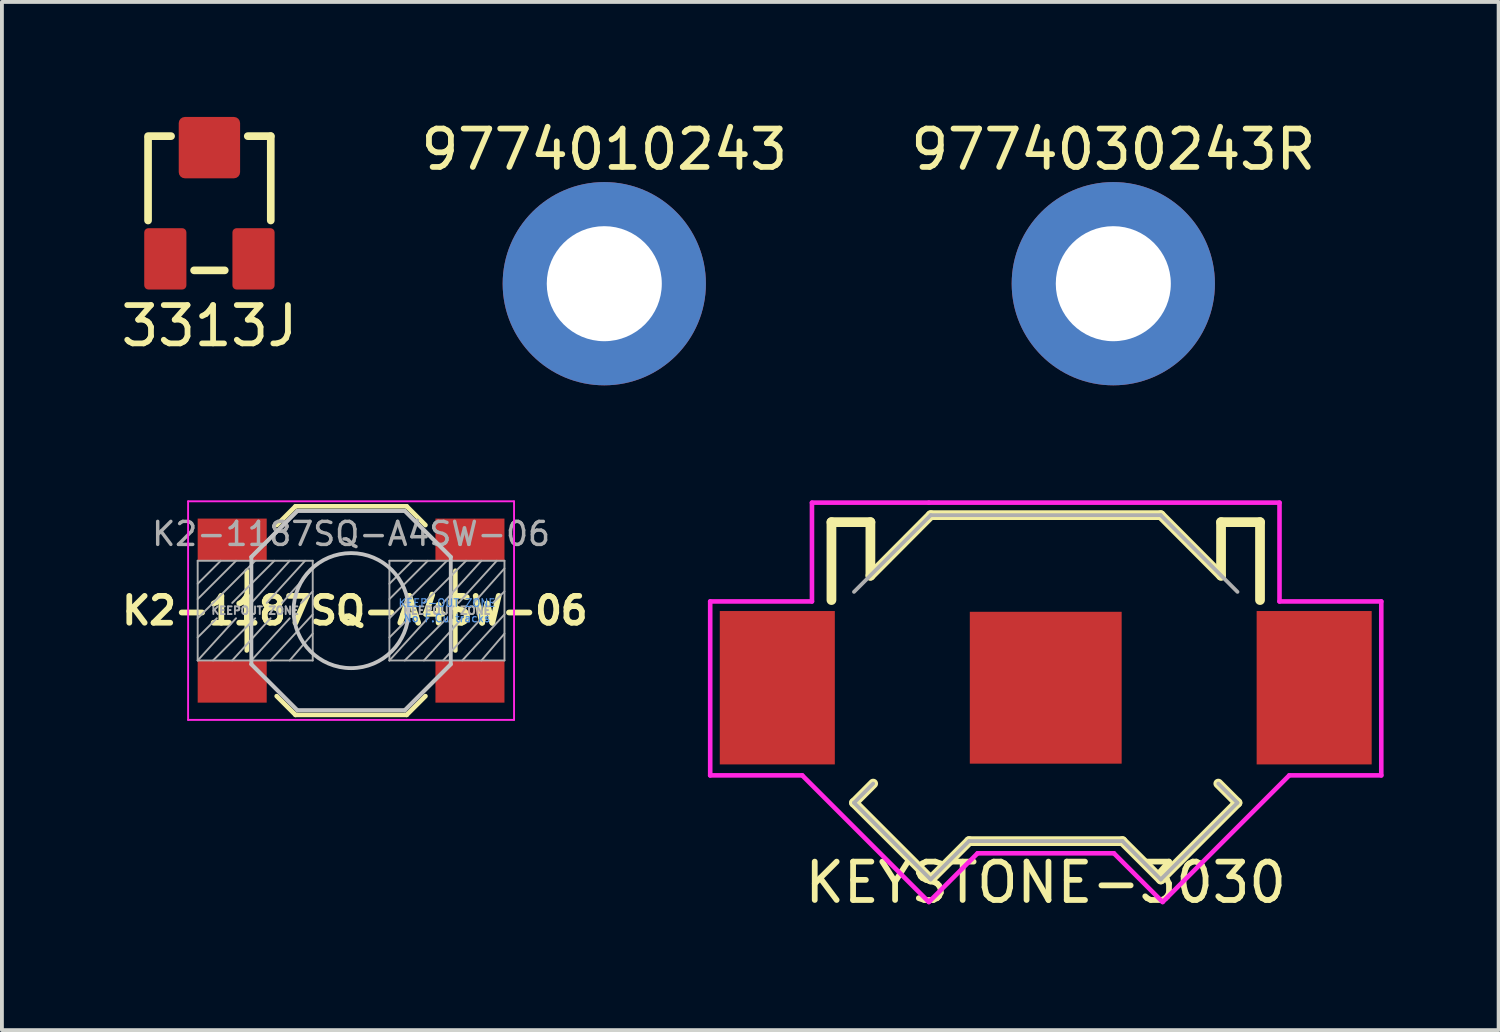
<source format=kicad_pcb>
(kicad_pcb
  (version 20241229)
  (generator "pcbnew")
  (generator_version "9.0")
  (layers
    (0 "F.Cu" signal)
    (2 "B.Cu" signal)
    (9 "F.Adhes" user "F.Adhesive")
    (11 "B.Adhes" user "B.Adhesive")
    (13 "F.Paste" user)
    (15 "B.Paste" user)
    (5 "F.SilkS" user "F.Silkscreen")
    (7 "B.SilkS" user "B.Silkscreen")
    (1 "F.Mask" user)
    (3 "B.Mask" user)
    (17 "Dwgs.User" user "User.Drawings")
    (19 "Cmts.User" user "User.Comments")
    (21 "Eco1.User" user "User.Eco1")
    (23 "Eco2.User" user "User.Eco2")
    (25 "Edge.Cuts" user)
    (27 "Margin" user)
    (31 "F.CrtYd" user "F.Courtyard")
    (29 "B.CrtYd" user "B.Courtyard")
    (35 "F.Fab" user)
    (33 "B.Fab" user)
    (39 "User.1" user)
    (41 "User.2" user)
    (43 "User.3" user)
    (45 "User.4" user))
  (footprint "K2-1187SQ-A4SW-06"
    (layer "F.Cu")
    (at 6.105 12.873)
    (property "Reference" "K2-1187SQ-A4SW-06" (at 0.1 0 180) (layer "F.SilkS") (effects (font (size 0.7 0.7) (thickness 0.15))))
    (attr smd)
    (fp_line (start -2.72 1.04) (end -2.72 -1.04) (stroke (width 0.12) (type solid)) (layer "F.SilkS"))
    (fp_line (start -1.45 -2.72) (end -1.94 -2.23) (stroke (width 0.12) (type solid)) (layer "F.SilkS"))
    (fp_line (start -1.45 -2.72) (end 1.45 -2.72) (stroke (width 0.12) (type solid)) (layer "F.SilkS"))
    (fp_line (start -1.45 2.72) (end -1.94 2.23) (stroke (width 0.12) (type solid)) (layer "F.SilkS"))
    (fp_line (start -1.45 2.72) (end 1.45 2.72) (stroke (width 0.12) (type solid)) (layer "F.SilkS"))
    (fp_line (start 1.45 -2.72) (end 1.94 -2.23) (stroke (width 0.12) (type solid)) (layer "F.SilkS"))
    (fp_line (start 1.45 2.72) (end 1.94 2.23) (stroke (width 0.12) (type solid)) (layer "F.SilkS"))
    (fp_line (start 2.72 1.04) (end 2.72 -1.04) (stroke (width 0.12) (type solid)) (layer "F.SilkS"))
    (fp_line (start -2.6 -1.4) (end -1.4 -2.6) (stroke (width 0.1) (type solid)) (layer "Dwgs.User"))
    (fp_line (start -2.6 1.4) (end -2.6 -1.4) (stroke (width 0.1) (type solid)) (layer "Dwgs.User"))
    (fp_line (start -1.4 -2.6) (end 1.4 -2.6) (stroke (width 0.1) (type solid)) (layer "Dwgs.User"))
    (fp_line (start -1.4 2.6) (end -2.6 1.4) (stroke (width 0.1) (type solid)) (layer "Dwgs.User"))
    (fp_line (start 1.4 -2.6) (end 2.6 -1.4) (stroke (width 0.1) (type solid)) (layer "Dwgs.User"))
    (fp_line (start 1.4 2.6) (end -1.4 2.6) (stroke (width 0.1) (type solid)) (layer "Dwgs.User"))
    (fp_line (start 2.6 -1.4) (end 2.6 1.4) (stroke (width 0.1) (type solid)) (layer "Dwgs.User"))
    (fp_line (start 2.6 1.4) (end 1.4 2.6) (stroke (width 0.1) (type solid)) (layer "Dwgs.User"))
    (fp_circle (center 0 0) (end 1.5 0) (stroke (width 0.1) (type solid)) (fill no) (layer "Dwgs.User"))
    (fp_line (start -4.25 -2.85) (end -4.25 2.85) (stroke (width 0.05) (type solid)) (layer "F.CrtYd"))
    (fp_line (start -4.25 2.85) (end 4.25 2.85) (stroke (width 0.05) (type solid)) (layer "F.CrtYd"))
    (fp_line (start 4.25 -2.85) (end -4.25 -2.85) (stroke (width 0.05) (type solid)) (layer "F.CrtYd"))
    (fp_line (start 4.25 2.85) (end 4.25 -2.85) (stroke (width 0.05) (type solid)) (layer "F.CrtYd"))
    (fp_line (start -4 -1.3) (end -1 -1.3) (stroke (width 0.05) (type solid)) (layer "F.Fab"))
    (fp_line (start -4 -0.7) (end -3.4 -1.3) (stroke (width 0.05) (type solid)) (layer "F.Fab"))
    (fp_line (start -4 -0.3) (end -3 -1.3) (stroke (width 0.05) (type solid)) (layer "F.Fab"))
    (fp_line (start -4 0.2) (end -2.5 -1.3) (stroke (width 0.05) (type solid)) (layer "F.Fab"))
    (fp_line (start -4 0.7) (end -3.5 0.2) (stroke (width 0.05) (type solid)) (layer "F.Fab"))
    (fp_line (start -4 1.3) (end -4 -1.3) (stroke (width 0.05) (type solid)) (layer "F.Fab"))
    (fp_line (start -4 1.3) (end -3 0.2) (stroke (width 0.05) (type solid)) (layer "F.Fab"))
    (fp_line (start -3.1 1.3) (end -2.1 0.2) (stroke (width 0.05) (type solid)) (layer "F.Fab"))
    (fp_line (start -2.6 -1.4) (end -1.4 -2.6) (stroke (width 0.1) (type solid)) (layer "F.Fab"))
    (fp_line (start -2.6 1.3) (end -1.6 0.2) (stroke (width 0.05) (type solid)) (layer "F.Fab"))
    (fp_line (start -2.5 0.2) (end -3.6 1.3) (stroke (width 0.05) (type solid)) (layer "F.Fab"))
    (fp_line (start -2.2 -0.2) (end -1.2 -1.3) (stroke (width 0.05) (type solid)) (layer "F.Fab"))
    (fp_line (start -2.1 1.3) (end -1 0.1) (stroke (width 0.05) (type solid)) (layer "F.Fab"))
    (fp_line (start -2 -1.3) (end -3.1 -0.2) (stroke (width 0.05) (type solid)) (layer "F.Fab"))
    (fp_line (start -1.6 -1.3) (end -2.6 -0.2) (stroke (width 0.05) (type solid)) (layer "F.Fab"))
    (fp_line (start -1.403 2.597) (end -2.603 1.397) (stroke (width 0.1) (type solid)) (layer "F.Fab"))
    (fp_line (start -1.4 -2.6) (end 1.4 -2.6) (stroke (width 0.1) (type solid)) (layer "F.Fab"))
    (fp_line (start -1 -1.3) (end -1 1.3) (stroke (width 0.05) (type solid)) (layer "F.Fab"))
    (fp_line (start -1 -1.1) (end -1.8 -0.2) (stroke (width 0.05) (type solid)) (layer "F.Fab"))
    (fp_line (start -1 -0.5) (end -1.3 -0.2) (stroke (width 0.05) (type solid)) (layer "F.Fab"))
    (fp_line (start -1 0.6) (end -1.6 1.3) (stroke (width 0.05) (type solid)) (layer "F.Fab"))
    (fp_line (start -1 1.3) (end -4 1.3) (stroke (width 0.05) (type solid)) (layer "F.Fab"))
    (fp_line (start 1 -1.3) (end 4 -1.3) (stroke (width 0.05) (type solid)) (layer "F.Fab"))
    (fp_line (start 1 -0.7) (end 1.6 -1.3) (stroke (width 0.05) (type solid)) (layer "F.Fab"))
    (fp_line (start 1 -0.3) (end 2 -1.3) (stroke (width 0.05) (type solid)) (layer "F.Fab"))
    (fp_line (start 1 0.2) (end 2.5 -1.3) (stroke (width 0.05) (type solid)) (layer "F.Fab"))
    (fp_line (start 1 0.7) (end 1.5 0.2) (stroke (width 0.05) (type solid)) (layer "F.Fab"))
    (fp_line (start 1 1.3) (end 1 -1.3) (stroke (width 0.05) (type solid)) (layer "F.Fab"))
    (fp_line (start 1 1.3) (end 2 0.2) (stroke (width 0.05) (type solid)) (layer "F.Fab"))
    (fp_line (start 1.4 -2.6) (end 2.6 -1.4) (stroke (width 0.1) (type solid)) (layer "F.Fab"))
    (fp_line (start 1.4 2.6) (end -1.4 2.6) (stroke (width 0.1) (type solid)) (layer "F.Fab"))
    (fp_line (start 1.9 1.3) (end 2.9 0.2) (stroke (width 0.05) (type solid)) (layer "F.Fab"))
    (fp_line (start 2.4 1.3) (end 3.4 0.2) (stroke (width 0.05) (type solid)) (layer "F.Fab"))
    (fp_line (start 2.5 0.2) (end 1.4 1.3) (stroke (width 0.05) (type solid)) (layer "F.Fab"))
    (fp_line (start 2.597 1.4) (end 1.397 2.6) (stroke (width 0.1) (type solid)) (layer "F.Fab"))
    (fp_line (start 2.8 -0.2) (end 3.8 -1.3) (stroke (width 0.05) (type solid)) (layer "F.Fab"))
    (fp_line (start 2.9 1.3) (end 4 0.1) (stroke (width 0.05) (type solid)) (layer "F.Fab"))
    (fp_line (start 3 -1.3) (end 1.9 -0.2) (stroke (width 0.05) (type solid)) (layer "F.Fab"))
    (fp_line (start 3.4 -1.3) (end 2.4 -0.2) (stroke (width 0.05) (type solid)) (layer "F.Fab"))
    (fp_line (start 4 -1.3) (end 4 1.3) (stroke (width 0.05) (type solid)) (layer "F.Fab"))
    (fp_line (start 4 -1.1) (end 3.2 -0.2) (stroke (width 0.05) (type solid)) (layer "F.Fab"))
    (fp_line (start 4 -0.5) (end 3.7 -0.2) (stroke (width 0.05) (type solid)) (layer "F.Fab"))
    (fp_line (start 4 0.6) (end 3.4 1.3) (stroke (width 0.05) (type solid)) (layer "F.Fab"))
    (fp_line (start 4 1.3) (end 1 1.3) (stroke (width 0.05) (type solid)) (layer "F.Fab"))
    (fp_text user "KEEP-OUT ZONE" (at 2.5 -0.2 0) (layer "Cmts.User") (effects (font (size 0.2 0.2) (thickness 0.03))))
    (fp_text user "No F.Cu tracks" (at 2.5 0.2 0) (layer "Cmts.User") (effects (font (size 0.2 0.2) (thickness 0.03))))
    (fp_text user "KEEPOUT ZONE" (at 2.5 0 180) (layer "F.Fab") (effects (font (size 0.2 0.2) (thickness 0.05))))
    (fp_text user "${REFERENCE}" (at 0 -2 180) (layer "F.Fab") (effects (font (size 0.6 0.6) (thickness 0.09))))
    (fp_text user "KEEPOUT ZONE" (at -2.5 0 180) (layer "F.Fab") (effects (font (size 0.2 0.2) (thickness 0.05))))
    (pad "1" smd rect (at -3.1 -1.85) (size 1.8 1.1) (layers "F.Cu" "F.Mask" "F.Paste"))
    (pad "1" smd rect (at 3.1 -1.85) (size 1.8 1.1) (layers "F.Cu" "F.Mask" "F.Paste"))
    (pad "2" smd rect (at -3.1 1.85) (size 1.8 1.1) (layers "F.Cu" "F.Mask" "F.Paste"))
    (pad "2" smd rect (at 3.1 1.85) (size 1.8 1.1) (layers "F.Cu" "F.Mask" "F.Paste")))
  (footprint "9774010243"
    (layer "F.Cu")
    (at 12.708 4.348)
    (property "Reference" "9774010243" (at 0 -3.5 0) (layer "F.SilkS") (effects (font (size 1 1) (thickness 0.15))))
    (attr smd)
    (fp_arc (start -2.075 0) (mid -1.91705 -0.794068) (end -1.467247 -1.467247) (stroke (width 1.15) (type solid)) (layer "F.Paste"))
    (fp_arc (start 0 -2.075) (mid 0.794068 -1.91705) (end 1.467247 -1.467247) (stroke (width 1.15) (type solid)) (layer "F.Paste"))
    (fp_arc (start 0 2.075) (mid -0.794068 1.91705) (end -1.467247 1.467247) (stroke (width 1.15) (type solid)) (layer "F.Paste"))
    (fp_arc (start 2.075 0) (mid 1.91705 0.794068) (end 1.467247 1.467247) (stroke (width 1.15) (type solid)) (layer "F.Paste"))
    (pad "" connect circle (at 0 0) (size 2.9 2.9) (layers "B.Mask"))
    (pad "1" thru_hole circle (at 0 0) (size 5.3 5.3) (drill 3) (layers "*.Cu" "F.Mask")))
  (footprint "9774030243R"
    (layer "F.Cu")
    (at 25.982 4.348)
    (property "Reference" "9774030243R" (at 0 -3.5 0) (layer "F.SilkS") (effects (font (size 1 1) (thickness 0.15))))
    (attr smd)
    (fp_arc (start -2.075 0) (mid -1.91705 -0.794068) (end -1.467247 -1.467247) (stroke (width 1.15) (type solid)) (layer "F.Paste"))
    (fp_arc (start 0 -2.075) (mid 0.794068 -1.91705) (end 1.467247 -1.467247) (stroke (width 1.15) (type solid)) (layer "F.Paste"))
    (fp_arc (start 0 2.075) (mid -0.794068 1.91705) (end -1.467247 1.467247) (stroke (width 1.15) (type solid)) (layer "F.Paste"))
    (fp_arc (start 2.075 0) (mid 1.91705 0.794068) (end 1.467247 1.467247) (stroke (width 1.15) (type solid)) (layer "F.Paste"))
    (pad "" connect circle (at 0 0) (size 2.9 2.9) (layers "B.Mask"))
    (pad "1" thru_hole circle (at 0 0) (size 5.3 5.3) (drill 3) (layers "*.Cu" "F.Mask")))
  (footprint "3313J"
    (layer "F.Cu")
    (at 2.411 2.25)
    (property "Reference" "3313J" (at 0 3.2 0) (layer "F.SilkS") (effects (font (size 1 1) (thickness 0.15))))
    (attr through_hole)
    (fp_line (start -1.6 -1.75) (end -1 -1.75) (stroke (width 0.2) (type solid)) (layer "F.SilkS"))
    (fp_line (start -1.6 -1.7) (end -1.6 -1.75) (stroke (width 0.05) (type solid)) (layer "F.SilkS"))
    (fp_line (start -1.6 0.45) (end -1.6 -1.7) (stroke (width 0.2) (type solid)) (layer "F.SilkS"))
    (fp_line (start 0.4 1.75) (end -0.4 1.75) (stroke (width 0.2) (type solid)) (layer "F.SilkS"))
    (fp_line (start 1 -1.75) (end 1.6 -1.75) (stroke (width 0.2) (type solid)) (layer "F.SilkS"))
    (fp_line (start 1.6 -1.75) (end 1.6 0.45) (stroke (width 0.2) (type solid)) (layer "F.SilkS"))
    (pad "1" smd roundrect (at 1.15 1.45) (size 1.1 1.6) (layers "F.Cu" "F.Mask" "F.Paste") (roundrect_rratio 0.1))
    (pad "2" smd roundrect (at 0 -1.45) (size 1.6 1.6) (layers "F.Cu" "F.Mask" "F.Paste") (roundrect_rratio 0.1))
    (pad "3" smd roundrect (at -1.15 1.45) (size 1.1 1.6) (layers "F.Cu" "F.Mask" "F.Paste") (roundrect_rratio 0.1)))
  (footprint "KEYSTONE-3030"
    (layer "F.Cu")
    (at 24.22 14.884)
    (property "Reference" "KEYSTONE-3030" (at 0 5.08 0) (layer "F.SilkS") (effects (font (size 1 1) (thickness 0.15))))
    (attr through_hole)
    (fp_line (start -5.588 -4.318) (end -5.588 -2.286) (stroke (width 0.254) (type solid)) (layer "F.SilkS"))
    (fp_line (start -5 3) (end -4.5 2.5) (stroke (width 0.254) (type solid)) (layer "F.SilkS"))
    (fp_line (start -5 3) (end -3 5) (stroke (width 0.254) (type solid)) (layer "F.SilkS"))
    (fp_line (start -4.572 -4.318) (end -5.588 -4.318) (stroke (width 0.254) (type solid)) (layer "F.SilkS"))
    (fp_line (start -4.572 -2.921) (end -4.572 -4.318) (stroke (width 0.254) (type solid)) (layer "F.SilkS"))
    (fp_line (start -4.572 -2.921) (end -3 -4.5) (stroke (width 0.254) (type solid)) (layer "F.SilkS"))
    (fp_line (start -3 -4.5) (end 3 -4.5) (stroke (width 0.254) (type solid)) (layer "F.SilkS"))
    (fp_line (start -3 5) (end -2 4) (stroke (width 0.254) (type solid)) (layer "F.SilkS"))
    (fp_line (start -2 4) (end 2 4) (stroke (width 0.254) (type solid)) (layer "F.SilkS"))
    (fp_line (start 2 4) (end 3 5) (stroke (width 0.254) (type solid)) (layer "F.SilkS"))
    (fp_line (start 3 5) (end 5 3) (stroke (width 0.254) (type solid)) (layer "F.SilkS"))
    (fp_line (start 4.572 -2.921) (end 3 -4.5) (stroke (width 0.254) (type solid)) (layer "F.SilkS"))
    (fp_line (start 4.572 -2.921) (end 4.572 -4.318) (stroke (width 0.254) (type solid)) (layer "F.SilkS"))
    (fp_line (start 5 3) (end 4.5 2.5) (stroke (width 0.254) (type solid)) (layer "F.SilkS"))
    (fp_line (start 5.588 -4.318) (end 4.572 -4.318) (stroke (width 0.254) (type solid)) (layer "F.SilkS"))
    (fp_line (start 5.588 -4.318) (end 5.588 -2.286) (stroke (width 0.254) (type solid)) (layer "F.SilkS"))
    (fp_line (start -8.75 -2.25) (end -6.096 -2.25) (stroke (width 0.12) (type solid)) (layer "F.CrtYd"))
    (fp_line (start -8.75 2.286) (end -8.75 -2.25) (stroke (width 0.12) (type solid)) (layer "F.CrtYd"))
    (fp_line (start -6.35 2.286) (end -8.75 2.286) (stroke (width 0.12) (type solid)) (layer "F.CrtYd"))
    (fp_line (start -6.096 -4.826) (end -6.096 -2.25) (stroke (width 0.12) (type solid)) (layer "F.CrtYd"))
    (fp_line (start -6.096 -4.826) (end -3.048 -4.826) (stroke (width 0.12) (type solid)) (layer "F.CrtYd"))
    (fp_line (start -3.048 -4.826) (end 6.096 -4.826) (stroke (width 0.12) (type solid)) (layer "F.CrtYd"))
    (fp_line (start -3.048 5.588) (end -6.35 2.286) (stroke (width 0.12) (type solid)) (layer "F.CrtYd"))
    (fp_line (start -1.778 4.318) (end -3.048 5.588) (stroke (width 0.12) (type solid)) (layer "F.CrtYd"))
    (fp_line (start 1.778 4.318) (end -1.778 4.318) (stroke (width 0.12) (type solid)) (layer "F.CrtYd"))
    (fp_line (start 3.048 5.588) (end 1.778 4.318) (stroke (width 0.12) (type solid)) (layer "F.CrtYd"))
    (fp_line (start 6.096 -4.826) (end 6.096 -2.25) (stroke (width 0.12) (type solid)) (layer "F.CrtYd"))
    (fp_line (start 6.096 -2.25) (end 8.75 -2.25) (stroke (width 0.12) (type solid)) (layer "F.CrtYd"))
    (fp_line (start 6.35 2.286) (end 3.048 5.588) (stroke (width 0.12) (type solid)) (layer "F.CrtYd"))
    (fp_line (start 8.75 -2.25) (end 8.75 2.286) (stroke (width 0.12) (type solid)) (layer "F.CrtYd"))
    (fp_line (start 8.75 2.286) (end 6.35 2.286) (stroke (width 0.12) (type solid)) (layer "F.CrtYd"))
    (fp_line (start -5 -2.5) (end -3 -4.5) (stroke (width 0.1) (type solid)) (layer "F.Fab"))
    (fp_line (start -5 3) (end -4.5 2.5) (stroke (width 0.1) (type solid)) (layer "F.Fab"))
    (fp_line (start -5 3) (end -3 5) (stroke (width 0.1) (type solid)) (layer "F.Fab"))
    (fp_line (start -3 -4.5) (end 3 -4.5) (stroke (width 0.1) (type solid)) (layer "F.Fab"))
    (fp_line (start -3 5) (end -2 4) (stroke (width 0.1) (type solid)) (layer "F.Fab"))
    (fp_line (start -2 4) (end 2 4) (stroke (width 0.1) (type solid)) (layer "F.Fab"))
    (fp_line (start 2 4) (end 3 5) (stroke (width 0.1) (type solid)) (layer "F.Fab"))
    (fp_line (start 3 -4.5) (end 5 -2.5) (stroke (width 0.1) (type solid)) (layer "F.Fab"))
    (fp_line (start 3 5) (end 5 3) (stroke (width 0.1) (type solid)) (layer "F.Fab"))
    (fp_line (start 5 3) (end 4.5 2.5) (stroke (width 0.1) (type solid)) (layer "F.Fab"))
    (pad "1" smd rect (at -7 0) (size 3 4) (layers "F.Cu" "F.Mask" "F.Paste"))
    (pad "1" smd rect (at 7 0) (size 3 4) (layers "F.Cu" "F.Mask" "F.Paste"))
    (pad "2" smd rect (at 0 0) (size 3.96 3.96) (layers "F.Cu" "F.Mask")))
  (gr_rect
    (start -3 -3)
    (end 36.03 23.812)
    (stroke (width 0.1) (type default))
    (fill no)
    (layer "Edge.Cuts")))
</source>
